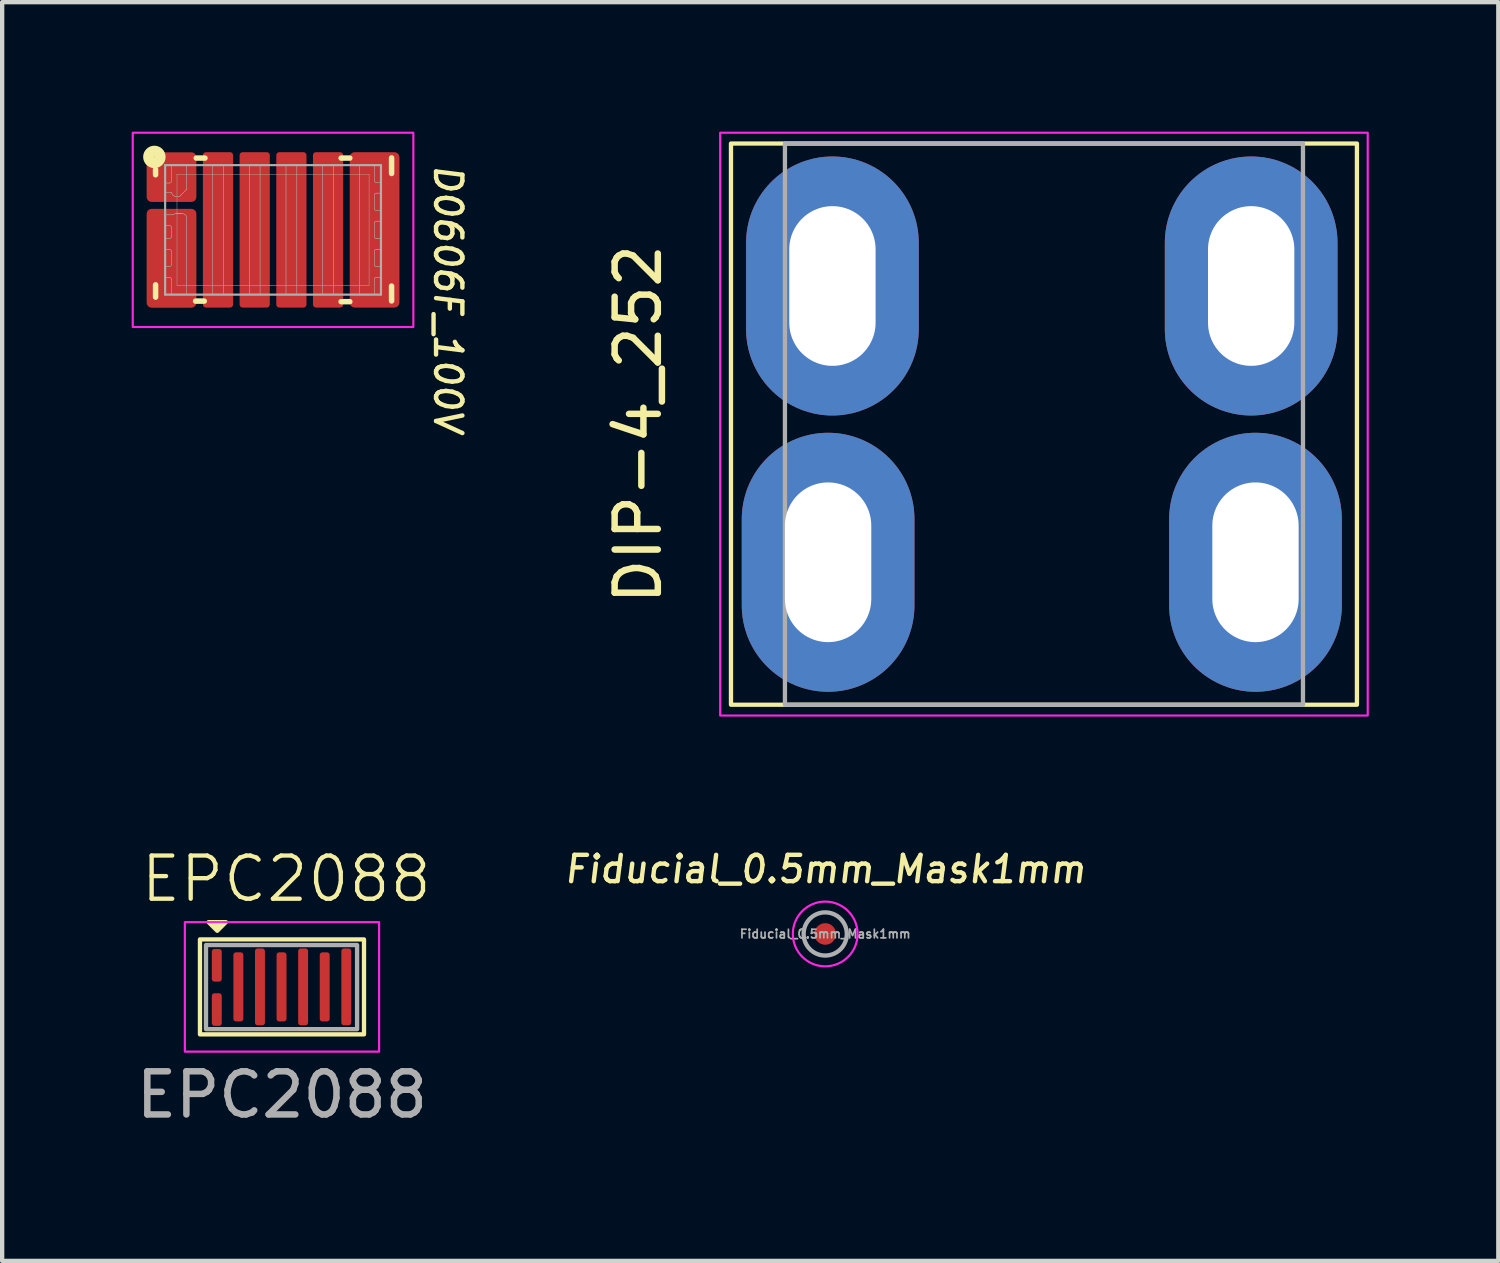
<source format=kicad_pcb>
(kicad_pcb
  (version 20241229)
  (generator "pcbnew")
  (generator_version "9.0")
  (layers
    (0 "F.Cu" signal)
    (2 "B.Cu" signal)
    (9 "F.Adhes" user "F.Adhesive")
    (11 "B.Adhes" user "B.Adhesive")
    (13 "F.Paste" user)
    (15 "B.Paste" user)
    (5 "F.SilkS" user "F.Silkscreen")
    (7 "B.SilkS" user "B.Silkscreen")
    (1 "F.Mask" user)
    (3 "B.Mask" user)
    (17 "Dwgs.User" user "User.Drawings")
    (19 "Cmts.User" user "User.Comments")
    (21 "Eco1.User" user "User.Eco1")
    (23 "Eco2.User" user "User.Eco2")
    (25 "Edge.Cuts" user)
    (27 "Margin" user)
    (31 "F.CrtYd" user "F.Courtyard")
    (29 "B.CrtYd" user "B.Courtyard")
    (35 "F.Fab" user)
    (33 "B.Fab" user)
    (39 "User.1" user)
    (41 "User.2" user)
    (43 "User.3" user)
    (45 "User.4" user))
  (footprint "DIP-4_252"
    (layer "F.Cu")
    (at 21.133 6.775)
    (property "Reference" "DIP-4_252" (at -9.4 0 90) (unlocked yes) (layer "F.SilkS") (effects (font (size 1 1) (thickness 0.15))))
    (attr through_hole)
    (fp_rect (start -7.25 -6.5) (end 7.25 6.5) (stroke (width 0.1) (type default)) (fill no) (layer "F.SilkS"))
    (fp_rect (start -7.5 -6.75) (end 7.5 6.75) (stroke (width 0.05) (type default)) (fill no) (layer "F.CrtYd"))
    (fp_rect (start -6 -6.5) (end 6 6.5) (stroke (width 0.1) (type default)) (fill no) (layer "F.Fab"))
    (pad "1" thru_hole oval (at -5 3.2 90) (size 6 4) (drill oval 3.7 2) (layers "*.Cu" "*.Mask"))
    (pad "1" thru_hole oval (at -4.9 -3.2 90) (size 6 4) (drill oval 3.7 2) (layers "*.Cu" "*.Mask"))
    (pad "1" thru_hole oval (at 4.8 -3.2 90) (size 6 4) (drill oval 3.7 2) (layers "*.Cu" "*.Mask"))
    (pad "1" thru_hole oval (at 4.9 3.2 90) (size 6 4) (drill oval 3.7 2) (layers "*.Cu" "*.Mask")))
  (footprint "Fiducial_0.5mm_Mask1mm"
    (layer "F.Cu")
    (at 16.066 18.585)
    (property "Reference" "Fiducial_0.5mm_Mask1mm" (at 0 -1.5 0) (unlocked yes) (layer "F.SilkS") (effects (font (size 0.61 0.61) (thickness 0.102) (italic yes))))
    (attr smd exclude_from_bom)
    (fp_circle (center 0 0) (end 0.75 0) (stroke (width 0.05) (type solid)) (fill no) (layer "F.CrtYd"))
    (fp_circle (center 0 0) (end 0.5 0) (stroke (width 0.1) (type solid)) (fill no) (layer "F.Fab"))
    (fp_text user "${REFERENCE}" (at 0 0 0) (layer "F.Fab") (effects (font (size 0.2 0.2) (thickness 0.04))))
    (pad "" smd circle (at 0 0) (size 0.5 0.5) (layers "F.Cu" "F.Mask")))
  (footprint "D0606F_100V"
    (layer "F.Cu")
    (at 3.275 2.275)
    (property "Reference" "D0606F_100V" (at 3.696 -1.562 270) (unlocked yes) (layer "F.SilkS") (effects (font (size 0.61 0.61) (thickness 0.102) (italic yes)) (justify left bottom)))
    (attr smd)
    (fp_poly (pts (xy -2.656 -0.844) (xy -1.984 -0.844) (xy -1.984 -1.106) (xy -2.656 -1.106)) (stroke (width 0.087) (type solid)) (fill yes) (layer "F.Mask"))
    (fp_poly (pts (xy -2.656 -0.094) (xy -1.984 -0.094) (xy -1.984 -0.356) (xy -2.656 -0.356)) (stroke (width 0.087) (type solid)) (fill yes) (layer "F.Mask"))
    (fp_poly (pts (xy -2.656 0.456) (xy -1.984 0.456) (xy -1.984 0.194) (xy -2.656 0.194)) (stroke (width 0.087) (type solid)) (fill yes) (layer "F.Mask"))
    (fp_poly (pts (xy -2.656 1.106) (xy -1.984 1.106) (xy -1.984 0.844) (xy -2.656 0.844)) (stroke (width 0.087) (type solid)) (fill yes) (layer "F.Mask"))
    (fp_poly (pts (xy -1.999 -0.773) (xy -1.999 -1.641) (xy -2.351 -1.641) (xy -2.351 -0.773)) (stroke (width 0.117) (type solid)) (fill yes) (layer "F.Mask"))
    (fp_poly (pts (xy -1.999 1.641) (xy -1.999 -0.316) (xy -2.351 -0.316) (xy -2.351 1.641)) (stroke (width 0.117) (type solid)) (fill yes) (layer "F.Mask"))
    (fp_poly (pts (xy -1.136 1.654) (xy -1.136 -1.654) (xy -1.414 -1.654) (xy -1.414 1.654)) (stroke (width 0.092) (type solid)) (fill yes) (layer "F.Mask"))
    (fp_poly (pts (xy -0.286 1.654) (xy -0.286 -1.654) (xy -0.564 -1.654) (xy -0.564 1.654)) (stroke (width 0.092) (type solid)) (fill yes) (layer "F.Mask"))
    (fp_poly (pts (xy 0.564 1.654) (xy 0.564 -1.654) (xy 0.286 -1.654) (xy 0.286 1.654)) (stroke (width 0.092) (type solid)) (fill yes) (layer "F.Mask"))
    (fp_poly (pts (xy 1.414 1.654) (xy 1.414 -1.654) (xy 1.136 -1.654) (xy 1.136 1.654)) (stroke (width 0.092) (type solid)) (fill yes) (layer "F.Mask"))
    (fp_poly (pts (xy 2.352 1.641) (xy 2.352 -1.641) (xy 1.999 -1.641) (xy 1.999 1.641)) (stroke (width 0.117) (type solid)) (fill yes) (layer "F.Mask"))
    (fp_poly (pts (xy 2.654 -1.114) (xy 1.986 -1.114) (xy 1.986 -0.836) (xy 2.654 -0.836)) (stroke (width 0.092) (type solid)) (fill yes) (layer "F.Mask"))
    (fp_poly (pts (xy 2.654 -0.464) (xy 1.986 -0.464) (xy 1.986 -0.186) (xy 2.654 -0.186)) (stroke (width 0.092) (type solid)) (fill yes) (layer "F.Mask"))
    (fp_poly (pts (xy 2.654 0.186) (xy 1.986 0.186) (xy 1.986 0.464) (xy 2.654 0.464)) (stroke (width 0.092) (type solid)) (fill yes) (layer "F.Mask"))
    (fp_poly (pts (xy 2.654 0.836) (xy 1.986 0.836) (xy 1.986 1.114) (xy 2.654 1.114)) (stroke (width 0.092) (type solid)) (fill yes) (layer "F.Mask"))
    (fp_line (start -2.722 -1.399) (end -2.721 -1.277) (stroke (width 0.127) (type solid)) (layer "F.SilkS"))
    (fp_line (start -2.721 1.273) (end -2.721 1.558) (stroke (width 0.127) (type solid)) (layer "F.SilkS"))
    (fp_line (start -1.794 1.65) (end -1.593 1.65) (stroke (width 0.127) (type solid)) (layer "F.SilkS"))
    (fp_line (start -1.779 -1.663) (end -1.577 -1.663) (stroke (width 0.127) (type solid)) (layer "F.SilkS"))
    (fp_line (start 1.577 -1.663) (end 1.778 -1.663) (stroke (width 0.127) (type solid)) (layer "F.SilkS"))
    (fp_line (start 1.577 1.663) (end 1.778 1.663) (stroke (width 0.127) (type solid)) (layer "F.SilkS"))
    (fp_line (start 2.745 1.302) (end 2.746 1.646) (stroke (width 0.127) (type solid)) (layer "F.SilkS"))
    (fp_line (start 2.746 -1.667) (end 2.746 -1.306) (stroke (width 0.127) (type solid)) (layer "F.SilkS"))
    (fp_circle (center -2.749 -1.69) (end -2.743 -1.69) (stroke (width 0.254) (type solid)) (fill no) (layer "F.SilkS"))
    (fp_poly (pts (xy -2.709 -1.091) (xy -2.709 -0.859) (xy -2.571 -0.859) (xy -2.571 -1.091)) (stroke (width 0.138) (type solid)) (fill yes) (layer "F.Paste"))
    (fp_poly (pts (xy -2.709 -0.342) (xy -2.709 -0.109) (xy -2.571 -0.109) (xy -2.571 -0.342)) (stroke (width 0.138) (type solid)) (fill yes) (layer "F.Paste"))
    (fp_poly (pts (xy -2.709 0.208) (xy -2.709 0.441) (xy -2.571 0.441) (xy -2.571 0.208)) (stroke (width 0.138) (type solid)) (fill yes) (layer "F.Paste"))
    (fp_poly (pts (xy -2.709 0.858) (xy -2.709 1.091) (xy -2.571 1.091) (xy -2.571 0.858)) (stroke (width 0.138) (type solid)) (fill yes) (layer "F.Paste"))
    (fp_poly (pts (xy -2.223 -1.604) (xy -2.223 -0.829) (xy -2.023 -0.829) (xy -2.023 -1.604)) (stroke (width 0.2) (type solid)) (fill yes) (layer "F.Paste"))
    (fp_poly (pts (xy -2.223 -0.3) (xy -2.223 0.4) (xy -2.022 0.4) (xy -2.022 -0.3)) (stroke (width 0.2) (type solid)) (fill yes) (layer "F.Paste"))
    (fp_poly (pts (xy -2.223 0.8) (xy -2.223 1.6) (xy -2.022 1.6) (xy -2.022 0.8)) (stroke (width 0.2) (type solid)) (fill yes) (layer "F.Paste"))
    (fp_poly (pts (xy -1.21 -0.265) (xy -1.21 -1.635) (xy -1.34 -1.635) (xy -1.34 -0.265)) (stroke (width 0.13) (type solid)) (fill yes) (layer "F.Paste"))
    (fp_poly (pts (xy -1.21 1.635) (xy -1.21 0.265) (xy -1.34 0.265) (xy -1.34 1.635)) (stroke (width 0.13) (type solid)) (fill yes) (layer "F.Paste"))
    (fp_poly (pts (xy -0.36 -0.265) (xy -0.36 -1.635) (xy -0.49 -1.635) (xy -0.49 -0.265)) (stroke (width 0.13) (type solid)) (fill yes) (layer "F.Paste"))
    (fp_poly (pts (xy -0.36 1.635) (xy -0.36 0.265) (xy -0.49 0.265) (xy -0.49 1.635)) (stroke (width 0.13) (type solid)) (fill yes) (layer "F.Paste"))
    (fp_poly (pts (xy 0.49 -0.265) (xy 0.49 -1.635) (xy 0.36 -1.635) (xy 0.36 -0.265)) (stroke (width 0.13) (type solid)) (fill yes) (layer "F.Paste"))
    (fp_poly (pts (xy 0.49 1.635) (xy 0.49 0.265) (xy 0.36 0.265) (xy 0.36 1.635)) (stroke (width 0.13) (type solid)) (fill yes) (layer "F.Paste"))
    (fp_poly (pts (xy 1.34 -0.265) (xy 1.34 -1.635) (xy 1.21 -1.635) (xy 1.21 -0.265)) (stroke (width 0.13) (type solid)) (fill yes) (layer "F.Paste"))
    (fp_poly (pts (xy 1.34 1.635) (xy 1.34 0.265) (xy 1.21 0.265) (xy 1.21 1.635)) (stroke (width 0.13) (type solid)) (fill yes) (layer "F.Paste"))
    (fp_poly (pts (xy 2.223 -0.8) (xy 2.223 -1.6) (xy 2.023 -1.6) (xy 2.023 -0.8)) (stroke (width 0.2) (type solid)) (fill yes) (layer "F.Paste"))
    (fp_poly (pts (xy 2.223 0.4) (xy 2.223 -0.4) (xy 2.023 -0.4) (xy 2.023 0.4)) (stroke (width 0.2) (type solid)) (fill yes) (layer "F.Paste"))
    (fp_poly (pts (xy 2.223 1.6) (xy 2.223 0.8) (xy 2.023 0.8) (xy 2.023 1.6)) (stroke (width 0.2) (type solid)) (fill yes) (layer "F.Paste"))
    (fp_poly (pts (xy 2.709 -0.859) (xy 2.709 -1.091) (xy 2.571 -1.091) (xy 2.571 -0.859)) (stroke (width 0.138) (type solid)) (fill yes) (layer "F.Paste"))
    (fp_poly (pts (xy 2.709 -0.209) (xy 2.709 -0.441) (xy 2.571 -0.441) (xy 2.571 -0.209)) (stroke (width 0.138) (type solid)) (fill yes) (layer "F.Paste"))
    (fp_poly (pts (xy 2.709 0.441) (xy 2.709 0.209) (xy 2.571 0.209) (xy 2.571 0.441)) (stroke (width 0.138) (type solid)) (fill yes) (layer "F.Paste"))
    (fp_poly (pts (xy 2.709 1.091) (xy 2.709 0.859) (xy 2.571 0.859) (xy 2.571 1.091)) (stroke (width 0.138) (type solid)) (fill yes) (layer "F.Paste"))
    (fp_rect (start -3.25 -2.25) (end 3.25 2.25) (stroke (width 0.05) (type default)) (fill no) (layer "F.CrtYd"))
    (fp_line (start -2.5 -1.5) (end -2.5 1.5) (stroke (width 0.05) (type solid)) (layer "F.Fab"))
    (fp_line (start -2.5 -1.5) (end 2.5 -1.5) (stroke (width 0.05) (type solid)) (layer "F.Fab"))
    (fp_line (start -2.5 -1.085) (end -2.5 -0.865) (stroke (width 0.013) (type solid)) (layer "F.Fab"))
    (fp_line (start -2.5 -1.085) (end -2.4 -1.085) (stroke (width 0.013) (type solid)) (layer "F.Fab"))
    (fp_line (start -2.5 -0.865) (end -2.349 -0.865) (stroke (width 0.013) (type solid)) (layer "F.Fab"))
    (fp_line (start -2.5 0.2) (end -2.5 0.45) (stroke (width 0.013) (type solid)) (layer "F.Fab"))
    (fp_line (start -2.5 0.2) (end -2.4 0.2) (stroke (width 0.013) (type solid)) (layer "F.Fab"))
    (fp_line (start -2.5 0.45) (end -2.4 0.45) (stroke (width 0.013) (type solid)) (layer "F.Fab"))
    (fp_line (start -2.5 0.85) (end -2.5 1.1) (stroke (width 0.013) (type solid)) (layer "F.Fab"))
    (fp_line (start -2.5 0.85) (end -2.4 0.85) (stroke (width 0.013) (type solid)) (layer "F.Fab"))
    (fp_line (start -2.5 1.1) (end -2.4 1.1) (stroke (width 0.013) (type solid)) (layer "F.Fab"))
    (fp_line (start -2.5 1.5) (end 2.5 1.5) (stroke (width 0.05) (type solid)) (layer "F.Fab"))
    (fp_line (start -2.5 -0.35) (end -2.5 -0.1) (stroke (width 0.013) (type solid)) (layer "F.Fab"))
    (fp_line (start -2.5 -0.35) (end -2.316 -0.35) (stroke (width 0.013) (type solid)) (layer "F.Fab"))
    (fp_line (start -2.5 -0.1) (end -2.4 -0.1) (stroke (width 0.013) (type solid)) (layer "F.Fab"))
    (fp_line (start -2.35 -1.5) (end -2.35 -1.135) (stroke (width 0.013) (type solid)) (layer "F.Fab"))
    (fp_line (start -2.35 -1.5) (end -2 -1.5) (stroke (width 0.013) (type solid)) (layer "F.Fab"))
    (fp_line (start -2.35 -0.05) (end -2.35 0.15) (stroke (width 0.013) (type solid)) (layer "F.Fab"))
    (fp_line (start -2.35 0.5) (end -2.35 0.8) (stroke (width 0.013) (type solid)) (layer "F.Fab"))
    (fp_line (start -2.35 1.15) (end -2.35 1.5) (stroke (width 0.013) (type solid)) (layer "F.Fab"))
    (fp_line (start -2.35 1.5) (end -2 1.5) (stroke (width 0.013) (type solid)) (layer "F.Fab"))
    (fp_line (start -2.325 -1.5) (end -2.025 -1.5) (stroke (width 0.013) (type solid)) (layer "F.Fab"))
    (fp_line (start -2.325 1.5) (end -2.025 1.5) (stroke (width 0.013) (type solid)) (layer "F.Fab"))
    (fp_line (start -2.325 1.5) (end -2.025 1.5) (stroke (width 0.013) (type solid)) (layer "F.Fab"))
    (fp_line (start -2.25 -0.775) (end -2.165 -0.775) (stroke (width 0.013) (type solid)) (layer "F.Fab"))
    (fp_line (start -2.25 -0.375) (end -2.1 -0.375) (stroke (width 0.013) (type solid)) (layer "F.Fab"))
    (fp_line (start -2.235 -0.375) (end -2.115 -0.375) (stroke (width 0.013) (type solid)) (layer "F.Fab"))
    (fp_line (start -2.225 -1.29) (end -2.225 1.29) (stroke (width 0.01) (type solid)) (layer "F.Fab"))
    (fp_line (start -2.225 -1.29) (end 2.225 -1.29) (stroke (width 0.01) (type solid)) (layer "F.Fab"))
    (fp_line (start -2.225 1.29) (end 2.225 1.29) (stroke (width 0.01) (type solid)) (layer "F.Fab"))
    (fp_line (start -2 -1.5) (end -2 -0.94) (stroke (width 0.013) (type solid)) (layer "F.Fab"))
    (fp_line (start -2 -0.94) (end -2.165 -0.775) (stroke (width 0.013) (type solid)) (layer "F.Fab"))
    (fp_line (start -2 -0.275) (end -2 1.5) (stroke (width 0.013) (type solid)) (layer "F.Fab"))
    (fp_line (start -1.4 -1.5) (end -1.4 1.5) (stroke (width 0.013) (type solid)) (layer "F.Fab"))
    (fp_line (start -1.4 -1.5) (end -1.15 -1.5) (stroke (width 0.013) (type solid)) (layer "F.Fab"))
    (fp_line (start -1.4 1.5) (end -1.15 1.5) (stroke (width 0.013) (type solid)) (layer "F.Fab"))
    (fp_line (start -1.15 -1.5) (end -1.15 1.5) (stroke (width 0.013) (type solid)) (layer "F.Fab"))
    (fp_line (start -0.55 -1.5) (end -0.55 1.5) (stroke (width 0.013) (type solid)) (layer "F.Fab"))
    (fp_line (start -0.55 -1.5) (end -0.3 -1.5) (stroke (width 0.013) (type solid)) (layer "F.Fab"))
    (fp_line (start -0.55 1.5) (end -0.3 1.5) (stroke (width 0.013) (type solid)) (layer "F.Fab"))
    (fp_line (start -0.3 -1.5) (end -0.3 1.5) (stroke (width 0.013) (type solid)) (layer "F.Fab"))
    (fp_line (start 0.3 -1.5) (end 0.3 1.5) (stroke (width 0.013) (type solid)) (layer "F.Fab"))
    (fp_line (start 0.3 -1.5) (end 0.55 -1.5) (stroke (width 0.013) (type solid)) (layer "F.Fab"))
    (fp_line (start 0.3 1.5) (end 0.55 1.5) (stroke (width 0.013) (type solid)) (layer "F.Fab"))
    (fp_line (start 0.55 -1.5) (end 0.55 1.5) (stroke (width 0.013) (type solid)) (layer "F.Fab"))
    (fp_line (start 1.15 -1.5) (end 1.15 1.5) (stroke (width 0.013) (type solid)) (layer "F.Fab"))
    (fp_line (start 1.15 -1.5) (end 1.4 -1.5) (stroke (width 0.013) (type solid)) (layer "F.Fab"))
    (fp_line (start 1.15 1.5) (end 1.4 1.5) (stroke (width 0.013) (type solid)) (layer "F.Fab"))
    (fp_line (start 1.4 -1.5) (end 1.4 1.5) (stroke (width 0.013) (type solid)) (layer "F.Fab"))
    (fp_line (start 2 -1.5) (end 2 1.5) (stroke (width 0.013) (type solid)) (layer "F.Fab"))
    (fp_line (start 2 -1.5) (end 2.35 -1.5) (stroke (width 0.013) (type solid)) (layer "F.Fab"))
    (fp_line (start 2 1.5) (end 2.35 1.5) (stroke (width 0.013) (type solid)) (layer "F.Fab"))
    (fp_line (start 2.225 -1.29) (end 2.225 1.29) (stroke (width 0.01) (type solid)) (layer "F.Fab"))
    (fp_line (start 2.35 -1.5) (end 2.35 -1.135) (stroke (width 0.013) (type solid)) (layer "F.Fab"))
    (fp_line (start 2.35 -0.815) (end 2.35 -0.485) (stroke (width 0.013) (type solid)) (layer "F.Fab"))
    (fp_line (start 2.35 -0.165) (end 2.35 0.165) (stroke (width 0.013) (type solid)) (layer "F.Fab"))
    (fp_line (start 2.35 0.485) (end 2.35 0.815) (stroke (width 0.013) (type solid)) (layer "F.Fab"))
    (fp_line (start 2.35 1.135) (end 2.35 1.5) (stroke (width 0.013) (type solid)) (layer "F.Fab"))
    (fp_line (start 2.385 -1.1) (end 2.5 -1.1) (stroke (width 0.013) (type solid)) (layer "F.Fab"))
    (fp_line (start 2.385 -0.85) (end 2.5 -0.85) (stroke (width 0.013) (type solid)) (layer "F.Fab"))
    (fp_line (start 2.385 -0.45) (end 2.5 -0.45) (stroke (width 0.013) (type solid)) (layer "F.Fab"))
    (fp_line (start 2.385 -0.2) (end 2.5 -0.2) (stroke (width 0.013) (type solid)) (layer "F.Fab"))
    (fp_line (start 2.385 0.2) (end 2.5 0.2) (stroke (width 0.013) (type solid)) (layer "F.Fab"))
    (fp_line (start 2.385 0.45) (end 2.5 0.45) (stroke (width 0.013) (type solid)) (layer "F.Fab"))
    (fp_line (start 2.385 0.85) (end 2.5 0.85) (stroke (width 0.013) (type solid)) (layer "F.Fab"))
    (fp_line (start 2.385 1.1) (end 2.5 1.1) (stroke (width 0.013) (type solid)) (layer "F.Fab"))
    (fp_line (start 2.5 -1.5) (end 2.5 1.5) (stroke (width 0.05) (type solid)) (layer "F.Fab"))
    (fp_line (start 2.5 -1.1) (end 2.5 -0.85) (stroke (width 0.013) (type solid)) (layer "F.Fab"))
    (fp_line (start 2.5 -0.45) (end 2.5 -0.2) (stroke (width 0.013) (type solid)) (layer "F.Fab"))
    (fp_line (start 2.5 0.2) (end 2.5 0.45) (stroke (width 0.013) (type solid)) (layer "F.Fab"))
    (fp_line (start 2.5 0.85) (end 2.5 1.1) (stroke (width 0.013) (type solid)) (layer "F.Fab"))
    (fp_arc (start -2.4 -0.1) (mid -2.364645 -0.085355) (end -2.35 -0.05) (stroke (width 0.0127) (type solid)) (layer "F.Fab"))
    (fp_arc (start -2.4 0.45) (mid -2.364645 0.464645) (end -2.35 0.5) (stroke (width 0.0127) (type solid)) (layer "F.Fab"))
    (fp_arc (start -2.4 1.1) (mid -2.364645 1.114645) (end -2.35 1.15) (stroke (width 0.0127) (type solid)) (layer "F.Fab"))
    (fp_arc (start -2.35 -1.135) (mid -2.364645 -1.099645) (end -2.4 -1.085) (stroke (width 0.0127) (type solid)) (layer "F.Fab"))
    (fp_arc (start -2.35 0.15) (mid -2.364645 0.185355) (end -2.4 0.2) (stroke (width 0.0127) (type solid)) (layer "F.Fab"))
    (fp_arc (start -2.35 0.8) (mid -2.364645 0.835355) (end -2.4 0.85) (stroke (width 0.0127) (type solid)) (layer "F.Fab"))
    (fp_arc (start -2.316145 -0.349999) (mid -2.285357 -0.368541) (end -2.250002 -0.375) (stroke (width 0.0127) (type solid)) (layer "F.Fab"))
    (fp_arc (start -2.250001 -0.775) (mid -2.317083 -0.800839) (end -2.349499 -0.865001) (stroke (width 0.0127) (type solid)) (layer "F.Fab"))
    (fp_arc (start -2.1 -0.375) (mid -2.029289 -0.345711) (end -2 -0.275) (stroke (width 0.0127) (type solid)) (layer "F.Fab"))
    (fp_arc (start 2.35 -0.814999) (mid 2.360251 -0.839748) (end 2.384999 -0.85) (stroke (width 0.0127) (type solid)) (layer "F.Fab"))
    (fp_arc (start 2.35 -0.165) (mid 2.360251 -0.189749) (end 2.385 -0.2) (stroke (width 0.0127) (type solid)) (layer "F.Fab"))
    (fp_arc (start 2.35 0.485001) (mid 2.360251 0.460252) (end 2.384999 0.45) (stroke (width 0.0127) (type solid)) (layer "F.Fab"))
    (fp_arc (start 2.35 1.135) (mid 2.360251 1.110251) (end 2.385 1.1) (stroke (width 0.0127) (type solid)) (layer "F.Fab"))
    (fp_arc (start 2.384999 -0.45) (mid 2.360251 -0.460252) (end 2.35 -0.485001) (stroke (width 0.0127) (type solid)) (layer "F.Fab"))
    (fp_arc (start 2.384999 0.85) (mid 2.360251 0.839748) (end 2.35 0.814999) (stroke (width 0.0127) (type solid)) (layer "F.Fab"))
    (fp_arc (start 2.385 -1.1) (mid 2.360251 -1.110251) (end 2.35 -1.135) (stroke (width 0.0127) (type solid)) (layer "F.Fab"))
    (fp_arc (start 2.385 0.2) (mid 2.360251 0.189749) (end 2.35 0.165) (stroke (width 0.0127) (type solid)) (layer "F.Fab"))
    (pad "1" smd roundrect (at -2.352 -1.222) (size 1.152 1.15) (layers "F.Cu" "F.Mask" "F.Paste") (roundrect_rratio 0.1))
    (pad "2" smd roundrect (at -2.352 0.658) (size 1.152 2.29) (layers "F.Cu" "F.Mask" "F.Paste") (roundrect_rratio 0.1))
    (pad "3" smd roundrect (at -1.275 0) (size 0.7 3.6) (layers "F.Cu" "F.Mask" "F.Paste") (roundrect_rratio 0.1))
    (pad "4" smd roundrect (at -0.425 0) (size 0.7 3.6) (layers "F.Cu" "F.Mask" "F.Paste") (roundrect_rratio 0.1))
    (pad "5" smd roundrect (at 0.425 0) (size 0.7 3.6) (layers "F.Cu" "F.Mask" "F.Paste") (roundrect_rratio 0.1))
    (pad "6" smd roundrect (at 1.275 0) (size 0.7 3.6) (layers "F.Cu" "F.Mask" "F.Paste") (roundrect_rratio 0.1))
    (pad "7" smd roundrect (at 2.352 0) (size 1.152 3.6) (layers "F.Cu" "F.Mask" "F.Paste") (roundrect_rratio 0.1)))
  (footprint "EPC2088"
    (layer "F.Cu")
    (at 3.482 19.811)
    (property "Reference" "EPC2088" (at 0.1 -2.5 0) (unlocked yes) (layer "F.SilkS") (effects (font (size 1 1) (thickness 0.1))))
    (attr smd)
    (fp_rect (start -1.9 -1.1) (end 1.9 1.1) (stroke (width 0.1) (type default)) (fill no) (layer "F.SilkS"))
    (fp_poly (pts (xy -1.7 -1.5) (xy -1.5 -1.3) (xy -1.3 -1.5)) (stroke (width 0.1) (type solid)) (fill yes) (layer "F.SilkS"))
    (fp_rect (start -2.25 -1.5) (end 2.25 1.5) (stroke (width 0.05) (type default)) (fill no) (layer "F.CrtYd"))
    (fp_rect (start -1.76 -0.97) (end 1.74 0.98) (stroke (width 0.1) (type default)) (fill no) (layer "F.Fab"))
    (fp_text user "${REFERENCE}" (at 0 2.5 0) (unlocked yes) (layer "F.Fab") (effects (font (size 1 1) (thickness 0.15))))
    (pad "1" smd roundrect (at -1.51 -0.5 90) (size 0.755 0.23) (layers "F.Cu" "F.Mask" "F.Paste") (roundrect_rratio 0.261))
    (pad "2" smd roundrect (at -1.51 0.525 90) (size 0.755 0.23) (layers "F.Cu" "F.Mask" "F.Paste") (roundrect_rratio 0.261))
    (pad "3" smd roundrect (at -1.01 0 90) (size 1.6 0.23) (layers "F.Cu" "F.Mask" "F.Paste") (roundrect_rratio 0.261))
    (pad "4" smd roundrect (at -0.51 0 90) (size 1.78 0.23) (layers "F.Cu" "F.Mask" "F.Paste") (roundrect_rratio 0.261))
    (pad "5" smd roundrect (at -0.01 0 90) (size 1.6 0.23) (layers "F.Cu" "F.Mask" "F.Paste") (roundrect_rratio 0.261))
    (pad "6" smd roundrect (at 0.49 0 90) (size 1.78 0.23) (layers "F.Cu" "F.Mask" "F.Paste") (roundrect_rratio 0.261))
    (pad "7" smd roundrect (at 0.99 0 90) (size 1.6 0.23) (layers "F.Cu" "F.Mask" "F.Paste") (roundrect_rratio 0.261))
    (pad "8" smd roundrect (at 1.49 0 90) (size 1.78 0.23) (layers "F.Cu" "F.Mask" "F.Paste") (roundrect_rratio 0.261)))
  (gr_rect
    (start -3 -3)
    (end 31.658 26.159)
    (stroke (width 0.1) (type default))
    (fill no)
    (layer "Edge.Cuts")))
</source>
